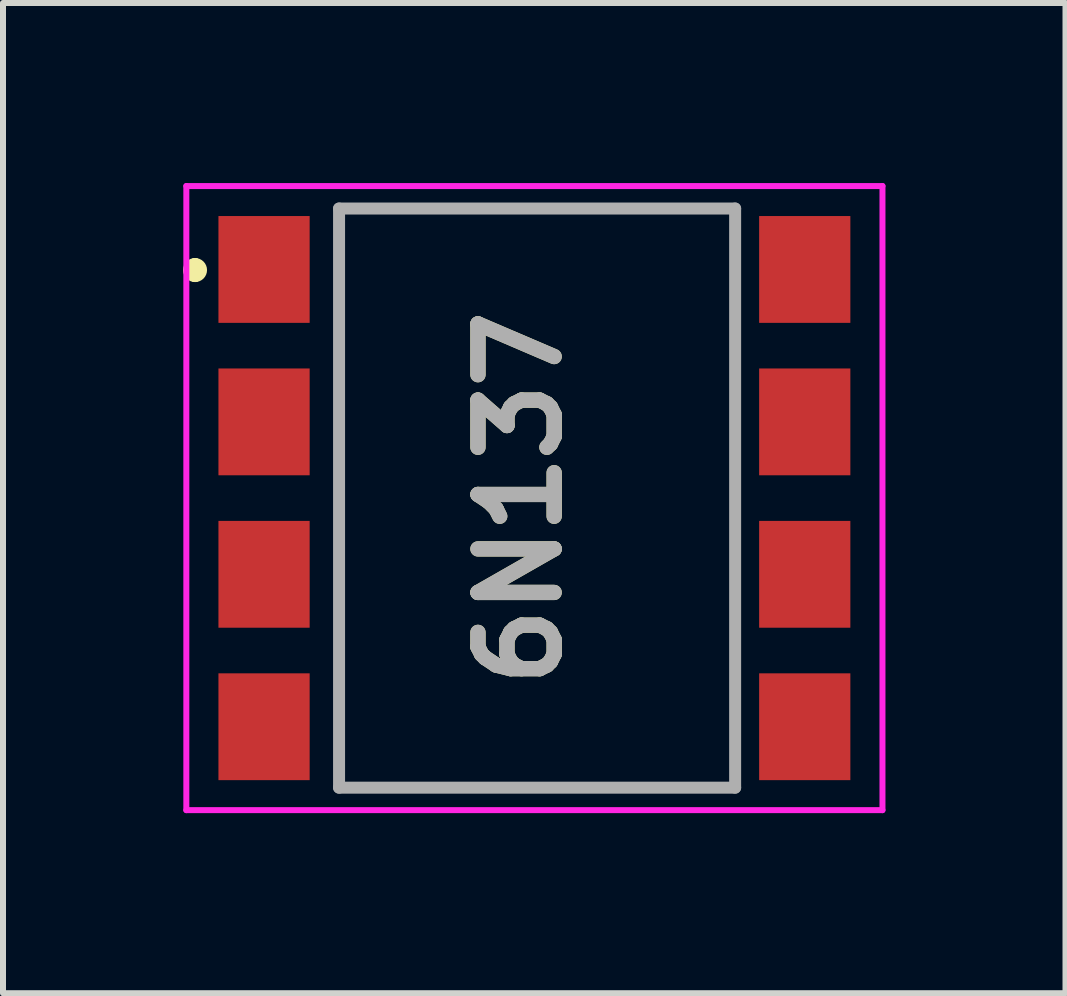
<source format=kicad_pcb>
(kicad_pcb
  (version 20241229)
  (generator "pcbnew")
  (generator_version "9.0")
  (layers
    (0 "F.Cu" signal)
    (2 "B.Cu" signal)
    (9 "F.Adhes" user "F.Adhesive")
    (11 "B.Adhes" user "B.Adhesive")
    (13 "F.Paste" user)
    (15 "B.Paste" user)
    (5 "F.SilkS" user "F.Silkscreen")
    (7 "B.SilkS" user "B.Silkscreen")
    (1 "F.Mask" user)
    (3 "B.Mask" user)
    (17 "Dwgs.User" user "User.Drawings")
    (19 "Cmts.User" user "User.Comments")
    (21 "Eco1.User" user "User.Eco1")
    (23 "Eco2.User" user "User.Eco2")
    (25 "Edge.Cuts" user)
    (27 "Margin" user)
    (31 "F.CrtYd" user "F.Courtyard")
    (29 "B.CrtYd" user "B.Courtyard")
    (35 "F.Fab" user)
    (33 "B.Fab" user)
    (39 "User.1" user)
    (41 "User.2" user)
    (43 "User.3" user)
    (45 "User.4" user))
  (footprint "6N137"
    (layer "F.Cu")
    (at 5.855 5.25)
    (property "Reference" "6N137" (at -0.245 0 270) (layer "F.SilkS") (effects (font (size 1.27 1.27) (thickness 0.254))))
    (attr smd)
    (fp_line (start -5.655 -3.9) (end -5.655 -3.9) (stroke (width 0.2) (type solid)) (layer "F.SilkS"))
    (fp_line (start -5.655 -3.7) (end -5.655 -3.7) (stroke (width 0.2) (type solid)) (layer "F.SilkS"))
    (fp_line (start -3.255 -4.825) (end 3.345 -4.825) (stroke (width 0.1) (type solid)) (layer "F.SilkS"))
    (fp_line (start -3.255 4.825) (end -3.255 -4.825) (stroke (width 0.1) (type solid)) (layer "F.SilkS"))
    (fp_line (start 3.345 -4.825) (end 3.345 4.825) (stroke (width 0.1) (type solid)) (layer "F.SilkS"))
    (fp_line (start 3.345 4.825) (end -3.255 4.825) (stroke (width 0.1) (type solid)) (layer "F.SilkS"))
    (fp_arc (start -5.655 -3.9) (mid -5.555 -3.8) (end -5.655 -3.7) (stroke (width 0.2) (type solid)) (layer "F.SilkS"))
    (fp_arc (start -5.655 -3.7) (mid -5.755 -3.8) (end -5.655 -3.9) (stroke (width 0.2) (type solid)) (layer "F.SilkS"))
    (fp_line (start -5.8 -5.2) (end 5.8 -5.2) (stroke (width 0.1) (type solid)) (layer "F.CrtYd"))
    (fp_line (start -5.8 5.2) (end -5.8 -5.2) (stroke (width 0.1) (type solid)) (layer "F.CrtYd"))
    (fp_line (start 5.8 -5.2) (end 5.8 5.2) (stroke (width 0.1) (type solid)) (layer "F.CrtYd"))
    (fp_line (start 5.8 5.2) (end -5.8 5.2) (stroke (width 0.1) (type solid)) (layer "F.CrtYd"))
    (fp_line (start -3.255 -4.825) (end 3.345 -4.825) (stroke (width 0.2) (type solid)) (layer "F.Fab"))
    (fp_line (start -3.255 4.825) (end -3.255 -4.825) (stroke (width 0.2) (type solid)) (layer "F.Fab"))
    (fp_line (start 3.345 -4.825) (end 3.345 4.825) (stroke (width 0.2) (type solid)) (layer "F.Fab"))
    (fp_line (start 3.345 4.825) (end -3.255 4.825) (stroke (width 0.2) (type solid)) (layer "F.Fab"))
    (fp_text user "${REFERENCE}" (at -0.245 0 270) (layer "F.Fab") (effects (font (size 1.27 1.27) (thickness 0.254))))
    (pad "1" smd rect (at -4.505 -3.81) (size 1.52 1.78) (layers "F.Cu" "F.Mask" "F.Paste"))
    (pad "2" smd rect (at -4.505 -1.27) (size 1.52 1.78) (layers "F.Cu" "F.Mask" "F.Paste"))
    (pad "3" smd rect (at -4.505 1.27) (size 1.52 1.78) (layers "F.Cu" "F.Mask" "F.Paste"))
    (pad "4" smd rect (at -4.505 3.81) (size 1.52 1.78) (layers "F.Cu" "F.Mask" "F.Paste"))
    (pad "5" smd rect (at 4.505 3.81) (size 1.52 1.78) (layers "F.Cu" "F.Mask" "F.Paste"))
    (pad "6" smd rect (at 4.505 1.27) (size 1.52 1.78) (layers "F.Cu" "F.Mask" "F.Paste"))
    (pad "7" smd rect (at 4.505 -1.27) (size 1.52 1.78) (layers "F.Cu" "F.Mask" "F.Paste"))
    (pad "8" smd rect (at 4.505 -3.81) (size 1.52 1.78) (layers "F.Cu" "F.Mask" "F.Paste")))
  (gr_rect
    (start -3 -3)
    (end 14.705 13.5)
    (stroke (width 0.1) (type default))
    (fill no)
    (layer "Edge.Cuts")))
</source>
